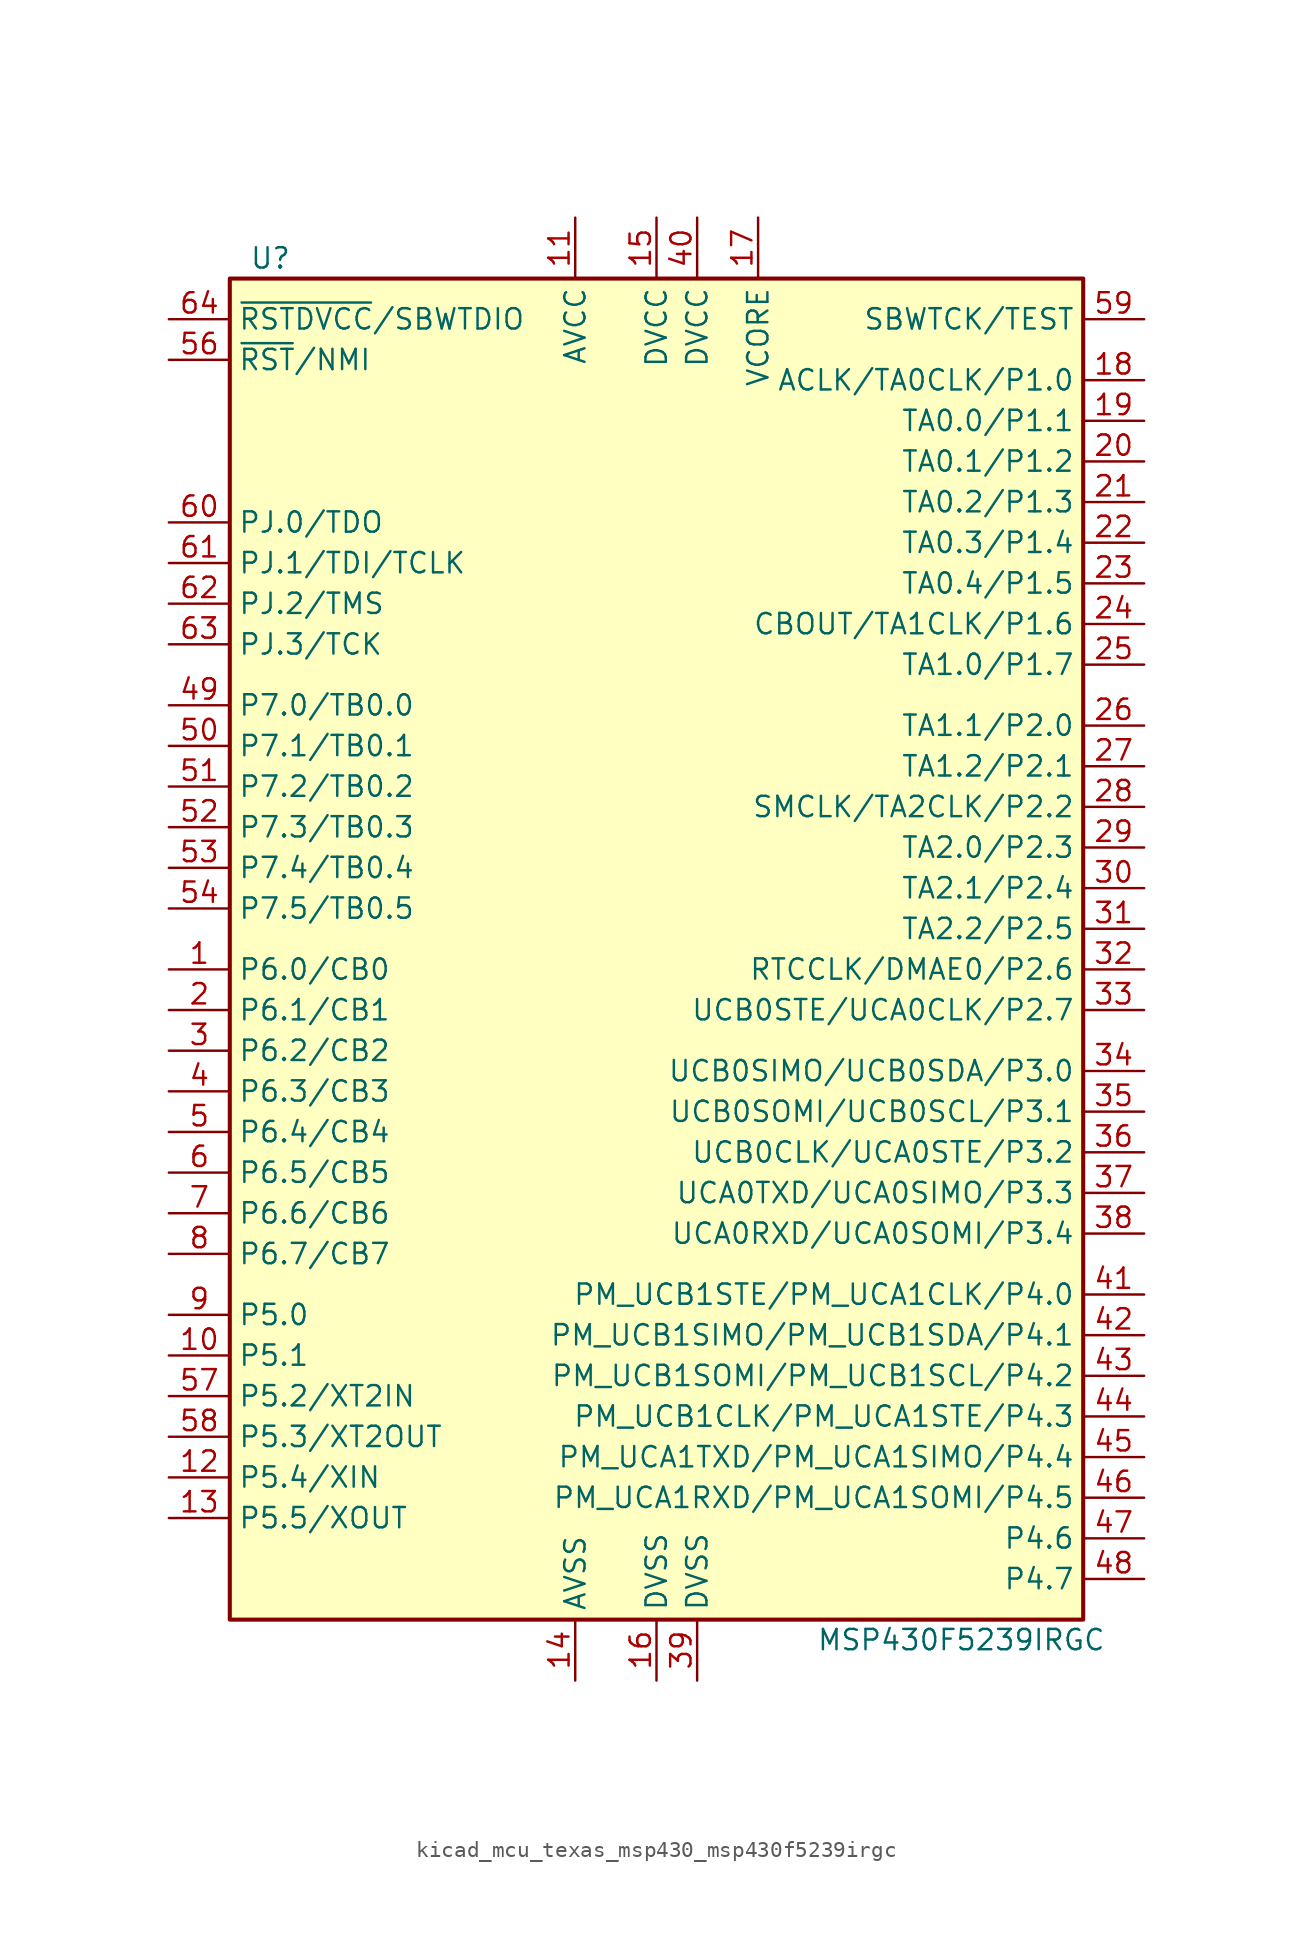
<source format=kicad_sym>
(kicad_symbol_lib
  (version 20220914)
  (generator kicad_symbol_editor)
  (symbol "kicad_mcu_texas_msp430_msp430f5239irgc"
    (property "Reference" "U"
      (at -24.13 43.18 0)
      (effects (font (size 1.27 1.27))))
    (property "Value" "MSP430F5239IRGC"
      (at 19.05 -43.18 0)
      (effects (font (size 1.27 1.27))))
    (symbol "kicad_mcu_texas_msp430_msp430f5239irgc_0_1"
      (rectangle (start -26.67 41.91) (end 26.67 -41.91) (stroke (width 0.254) (type default)) (fill (type background))))
    (symbol "kicad_mcu_texas_msp430_msp430f5239irgc_1_1"
      (pin bidirectional line (at -30.48 -1.27 0) (length 3.81) (name "P6.0/CB0" (effects (font (size 1.27 1.27)))) (number "1" (effects (font (size 1.27 1.27)))))
      (pin bidirectional line (at -30.48 -25.4 0) (length 3.81) (name "P5.1" (effects (font (size 1.27 1.27)))) (number "10" (effects (font (size 1.27 1.27)))))
      (pin power_in line (at -5.08 45.72 270) (length 3.81) (name "AVCC" (effects (font (size 1.27 1.27)))) (number "11" (effects (font (size 1.27 1.27)))))
      (pin bidirectional line (at -30.48 -33.02 0) (length 3.81) (name "P5.4/XIN" (effects (font (size 1.27 1.27)))) (number "12" (effects (font (size 1.27 1.27)))))
      (pin bidirectional line (at -30.48 -35.56 0) (length 3.81) (name "P5.5/XOUT" (effects (font (size 1.27 1.27)))) (number "13" (effects (font (size 1.27 1.27)))))
      (pin power_in line (at -5.08 -45.72 90) (length 3.81) (name "AVSS" (effects (font (size 1.27 1.27)))) (number "14" (effects (font (size 1.27 1.27)))))
      (pin power_in line (at 0 45.72 270) (length 3.81) (name "DVCC" (effects (font (size 1.27 1.27)))) (number "15" (effects (font (size 1.27 1.27)))))
      (pin power_in line (at 0 -45.72 90) (length 3.81) (name "DVSS" (effects (font (size 1.27 1.27)))) (number "16" (effects (font (size 1.27 1.27)))))
      (pin power_in line (at 6.35 45.72 270) (length 3.81) (name "VCORE" (effects (font (size 1.27 1.27)))) (number "17" (effects (font (size 1.27 1.27)))))
      (pin bidirectional line (at 30.48 35.56 180) (length 3.81) (name "ACLK/TA0CLK/P1.0" (effects (font (size 1.27 1.27)))) (number "18" (effects (font (size 1.27 1.27)))))
      (pin bidirectional line (at 30.48 33.02 180) (length 3.81) (name "TA0.0/P1.1" (effects (font (size 1.27 1.27)))) (number "19" (effects (font (size 1.27 1.27)))))
      (pin bidirectional line (at -30.48 -3.81 0) (length 3.81) (name "P6.1/CB1" (effects (font (size 1.27 1.27)))) (number "2" (effects (font (size 1.27 1.27)))))
      (pin bidirectional line (at 30.48 30.48 180) (length 3.81) (name "TA0.1/P1.2" (effects (font (size 1.27 1.27)))) (number "20" (effects (font (size 1.27 1.27)))))
      (pin bidirectional line (at 30.48 27.94 180) (length 3.81) (name "TA0.2/P1.3" (effects (font (size 1.27 1.27)))) (number "21" (effects (font (size 1.27 1.27)))))
      (pin bidirectional line (at 30.48 25.4 180) (length 3.81) (name "TA0.3/P1.4" (effects (font (size 1.27 1.27)))) (number "22" (effects (font (size 1.27 1.27)))))
      (pin bidirectional line (at 30.48 22.86 180) (length 3.81) (name "TA0.4/P1.5" (effects (font (size 1.27 1.27)))) (number "23" (effects (font (size 1.27 1.27)))))
      (pin bidirectional line (at 30.48 20.32 180) (length 3.81) (name "CBOUT/TA1CLK/P1.6" (effects (font (size 1.27 1.27)))) (number "24" (effects (font (size 1.27 1.27)))))
      (pin bidirectional line (at 30.48 17.78 180) (length 3.81) (name "TA1.0/P1.7" (effects (font (size 1.27 1.27)))) (number "25" (effects (font (size 1.27 1.27)))))
      (pin bidirectional line (at 30.48 13.97 180) (length 3.81) (name "TA1.1/P2.0" (effects (font (size 1.27 1.27)))) (number "26" (effects (font (size 1.27 1.27)))))
      (pin bidirectional line (at 30.48 11.43 180) (length 3.81) (name "TA1.2/P2.1" (effects (font (size 1.27 1.27)))) (number "27" (effects (font (size 1.27 1.27)))))
      (pin bidirectional line (at 30.48 8.89 180) (length 3.81) (name "SMCLK/TA2CLK/P2.2" (effects (font (size 1.27 1.27)))) (number "28" (effects (font (size 1.27 1.27)))))
      (pin bidirectional line (at 30.48 6.35 180) (length 3.81) (name "TA2.0/P2.3" (effects (font (size 1.27 1.27)))) (number "29" (effects (font (size 1.27 1.27)))))
      (pin bidirectional line (at -30.48 -6.35 0) (length 3.81) (name "P6.2/CB2" (effects (font (size 1.27 1.27)))) (number "3" (effects (font (size 1.27 1.27)))))
      (pin bidirectional line (at 30.48 3.81 180) (length 3.81) (name "TA2.1/P2.4" (effects (font (size 1.27 1.27)))) (number "30" (effects (font (size 1.27 1.27)))))
      (pin bidirectional line (at 30.48 1.27 180) (length 3.81) (name "TA2.2/P2.5" (effects (font (size 1.27 1.27)))) (number "31" (effects (font (size 1.27 1.27)))))
      (pin bidirectional line (at 30.48 -1.27 180) (length 3.81) (name "RTCCLK/DMAE0/P2.6" (effects (font (size 1.27 1.27)))) (number "32" (effects (font (size 1.27 1.27)))))
      (pin bidirectional line (at 30.48 -3.81 180) (length 3.81) (name "UCB0STE/UCA0CLK/P2.7" (effects (font (size 1.27 1.27)))) (number "33" (effects (font (size 1.27 1.27)))))
      (pin bidirectional line (at 30.48 -7.62 180) (length 3.81) (name "UCB0SIMO/UCB0SDA/P3.0" (effects (font (size 1.27 1.27)))) (number "34" (effects (font (size 1.27 1.27)))))
      (pin bidirectional line (at 30.48 -10.16 180) (length 3.81) (name "UCB0SOMI/UCB0SCL/P3.1" (effects (font (size 1.27 1.27)))) (number "35" (effects (font (size 1.27 1.27)))))
      (pin bidirectional line (at 30.48 -12.7 180) (length 3.81) (name "UCB0CLK/UCA0STE/P3.2" (effects (font (size 1.27 1.27)))) (number "36" (effects (font (size 1.27 1.27)))))
      (pin bidirectional line (at 30.48 -15.24 180) (length 3.81) (name "UCA0TXD/UCA0SIMO/P3.3" (effects (font (size 1.27 1.27)))) (number "37" (effects (font (size 1.27 1.27)))))
      (pin bidirectional line (at 30.48 -17.78 180) (length 3.81) (name "UCA0RXD/UCA0SOMI/P3.4" (effects (font (size 1.27 1.27)))) (number "38" (effects (font (size 1.27 1.27)))))
      (pin power_in line (at 2.54 -45.72 90) (length 3.81) (name "DVSS" (effects (font (size 1.27 1.27)))) (number "39" (effects (font (size 1.27 1.27)))))
      (pin bidirectional line (at -30.48 -8.89 0) (length 3.81) (name "P6.3/CB3" (effects (font (size 1.27 1.27)))) (number "4" (effects (font (size 1.27 1.27)))))
      (pin power_in line (at 2.54 45.72 270) (length 3.81) (name "DVCC" (effects (font (size 1.27 1.27)))) (number "40" (effects (font (size 1.27 1.27)))))
      (pin bidirectional line (at 30.48 -21.59 180) (length 3.81) (name "PM_UCB1STE/PM_UCA1CLK/P4.0" (effects (font (size 1.27 1.27)))) (number "41" (effects (font (size 1.27 1.27)))))
      (pin bidirectional line (at 30.48 -24.13 180) (length 3.81) (name "PM_UCB1SIMO/PM_UCB1SDA/P4.1" (effects (font (size 1.27 1.27)))) (number "42" (effects (font (size 1.27 1.27)))))
      (pin bidirectional line (at 30.48 -26.67 180) (length 3.81) (name "PM_UCB1SOMI/PM_UCB1SCL/P4.2" (effects (font (size 1.27 1.27)))) (number "43" (effects (font (size 1.27 1.27)))))
      (pin bidirectional line (at 30.48 -29.21 180) (length 3.81) (name "PM_UCB1CLK/PM_UCA1STE/P4.3" (effects (font (size 1.27 1.27)))) (number "44" (effects (font (size 1.27 1.27)))))
      (pin bidirectional line (at 30.48 -31.75 180) (length 3.81) (name "PM_UCA1TXD/PM_UCA1SIMO/P4.4" (effects (font (size 1.27 1.27)))) (number "45" (effects (font (size 1.27 1.27)))))
      (pin bidirectional line (at 30.48 -34.29 180) (length 3.81) (name "PM_UCA1RXD/PM_UCA1SOMI/P4.5" (effects (font (size 1.27 1.27)))) (number "46" (effects (font (size 1.27 1.27)))))
      (pin bidirectional line (at 30.48 -36.83 180) (length 3.81) (name "P4.6" (effects (font (size 1.27 1.27)))) (number "47" (effects (font (size 1.27 1.27)))))
      (pin bidirectional line (at 30.48 -39.37 180) (length 3.81) (name "P4.7" (effects (font (size 1.27 1.27)))) (number "48" (effects (font (size 1.27 1.27)))))
      (pin bidirectional line (at -30.48 15.24 0) (length 3.81) (name "P7.0/TB0.0" (effects (font (size 1.27 1.27)))) (number "49" (effects (font (size 1.27 1.27)))))
      (pin bidirectional line (at -30.48 -11.43 0) (length 3.81) (name "P6.4/CB4" (effects (font (size 1.27 1.27)))) (number "5" (effects (font (size 1.27 1.27)))))
      (pin bidirectional line (at -30.48 12.7 0) (length 3.81) (name "P7.1/TB0.1" (effects (font (size 1.27 1.27)))) (number "50" (effects (font (size 1.27 1.27)))))
      (pin bidirectional line (at -30.48 10.16 0) (length 3.81) (name "P7.2/TB0.2" (effects (font (size 1.27 1.27)))) (number "51" (effects (font (size 1.27 1.27)))))
      (pin bidirectional line (at -30.48 7.62 0) (length 3.81) (name "P7.3/TB0.3" (effects (font (size 1.27 1.27)))) (number "52" (effects (font (size 1.27 1.27)))))
      (pin bidirectional line (at -30.48 5.08 0) (length 3.81) (name "P7.4/TB0.4" (effects (font (size 1.27 1.27)))) (number "53" (effects (font (size 1.27 1.27)))))
      (pin bidirectional line (at -30.48 2.54 0) (length 3.81) (name "P7.5/TB0.5" (effects (font (size 1.27 1.27)))) (number "54" (effects (font (size 1.27 1.27)))))
      (pin input line (at -30.48 36.83 0) (length 3.81) (name "~{RST}/NMI" (effects (font (size 1.27 1.27)))) (number "56" (effects (font (size 1.27 1.27)))))
      (pin bidirectional line (at -30.48 -27.94 0) (length 3.81) (name "P5.2/XT2IN" (effects (font (size 1.27 1.27)))) (number "57" (effects (font (size 1.27 1.27)))))
      (pin bidirectional line (at -30.48 -30.48 0) (length 3.81) (name "P5.3/XT2OUT" (effects (font (size 1.27 1.27)))) (number "58" (effects (font (size 1.27 1.27)))))
      (pin input line (at 30.48 39.37 180) (length 3.81) (name "SBWTCK/TEST" (effects (font (size 1.27 1.27)))) (number "59" (effects (font (size 1.27 1.27)))))
      (pin bidirectional line (at -30.48 -13.97 0) (length 3.81) (name "P6.5/CB5" (effects (font (size 1.27 1.27)))) (number "6" (effects (font (size 1.27 1.27)))))
      (pin bidirectional line (at -30.48 26.67 0) (length 3.81) (name "PJ.0/TDO" (effects (font (size 1.27 1.27)))) (number "60" (effects (font (size 1.27 1.27)))))
      (pin bidirectional line (at -30.48 24.13 0) (length 3.81) (name "PJ.1/TDI/TCLK" (effects (font (size 1.27 1.27)))) (number "61" (effects (font (size 1.27 1.27)))))
      (pin bidirectional line (at -30.48 21.59 0) (length 3.81) (name "PJ.2/TMS" (effects (font (size 1.27 1.27)))) (number "62" (effects (font (size 1.27 1.27)))))
      (pin bidirectional line (at -30.48 19.05 0) (length 3.81) (name "PJ.3/TCK" (effects (font (size 1.27 1.27)))) (number "63" (effects (font (size 1.27 1.27)))))
      (pin bidirectional line (at -30.48 39.37 0) (length 3.81) (name "~{RSTDVCC}/SBWTDIO" (effects (font (size 1.27 1.27)))) (number "64" (effects (font (size 1.27 1.27)))))
      (pin bidirectional line (at -30.48 -16.51 0) (length 3.81) (name "P6.6/CB6" (effects (font (size 1.27 1.27)))) (number "7" (effects (font (size 1.27 1.27)))))
      (pin bidirectional line (at -30.48 -19.05 0) (length 3.81) (name "P6.7/CB7" (effects (font (size 1.27 1.27)))) (number "8" (effects (font (size 1.27 1.27)))))
      (pin bidirectional line (at -30.48 -22.86 0) (length 3.81) (name "P5.0" (effects (font (size 1.27 1.27)))) (number "9" (effects (font (size 1.27 1.27))))))))
</source>
